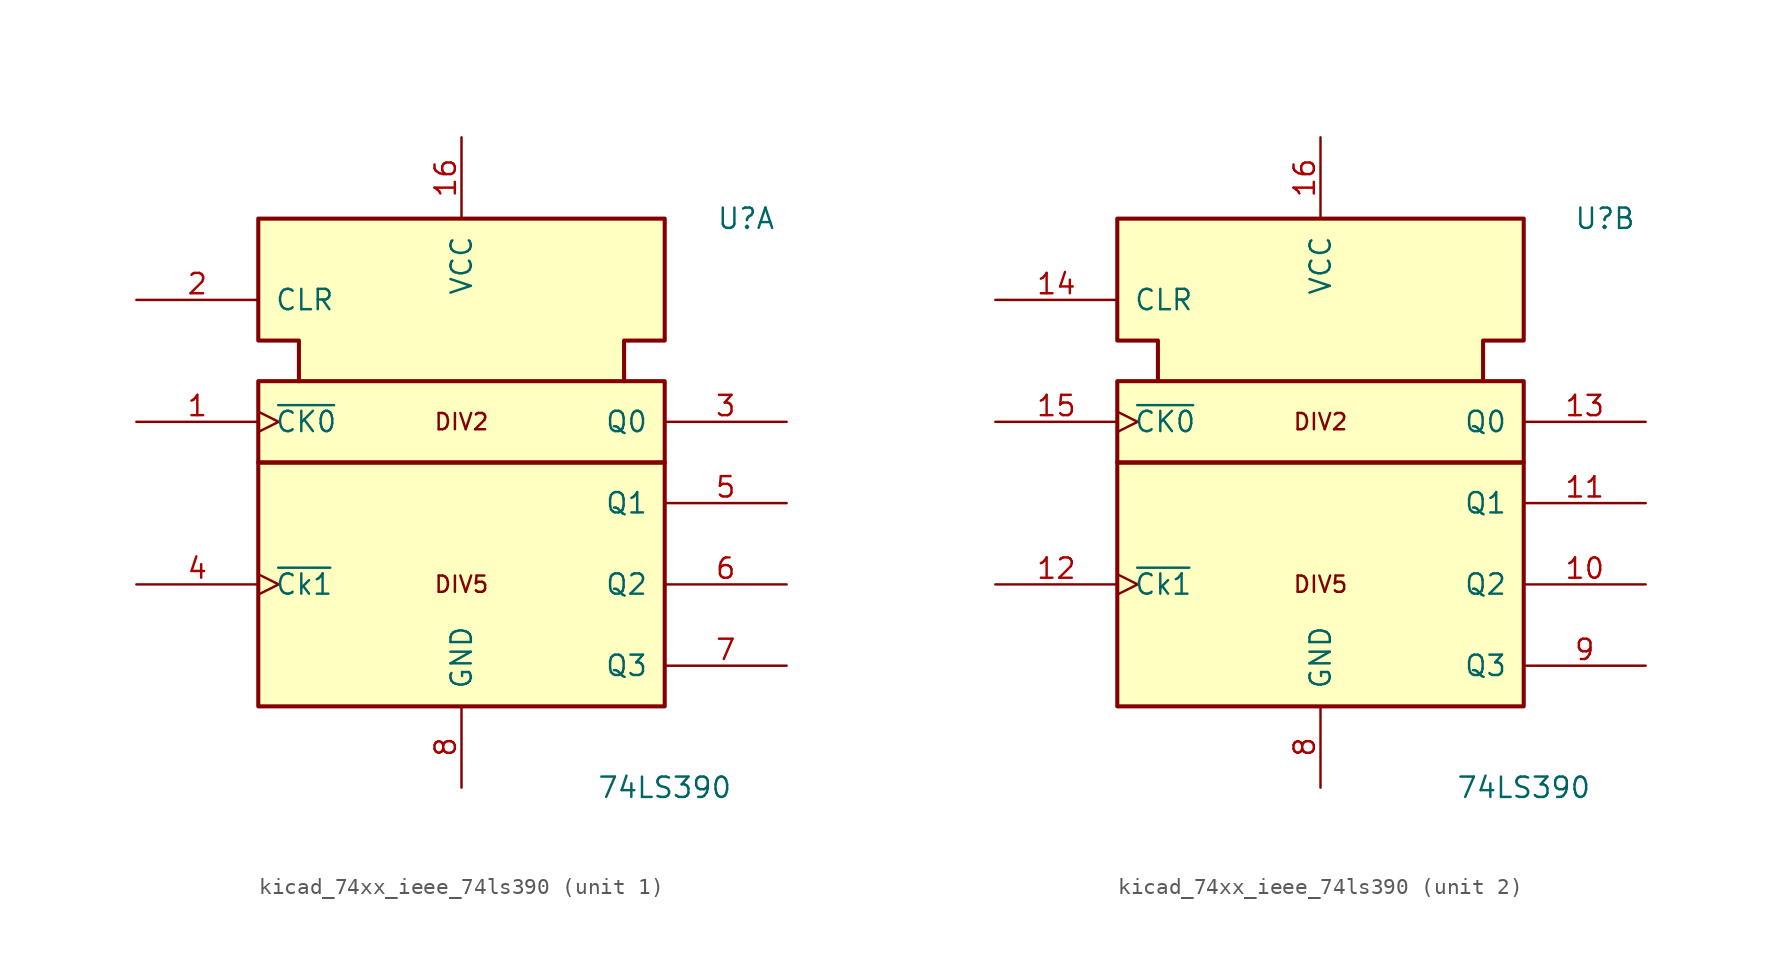
<source format=kicad_sym>
(kicad_symbol_lib
  (version 20220914)
  (generator kicad_symbol_editor)
  (symbol "kicad_74xx_ieee_74ls390"
    (pin_names
      (offset 1.016))
    (property "Reference" "U"
      (at 17.78 20.32 0)
      (effects (font (size 1.27 1.27))))
    (property "Value" "74LS390"
      (at 12.7 -15.24 0)
      (effects (font (size 1.27 1.27))))
    (symbol "kicad_74xx_ieee_74ls390_0_0"
      (rectangle (start -12.7 5.08) (end 12.7 -10.16) (stroke (width 0.254) (type default)) (fill (type background)))
      (rectangle (start -12.7 10.16) (end 12.7 5.08) (stroke (width 0.254) (type default)) (fill (type background)))
      (polyline (pts (xy -10.16 10.16) (xy -10.16 12.7) (xy -12.7 12.7) (xy -12.7 20.32) (xy 12.7 20.32) (xy 12.7 12.7) (xy 10.16 12.7) (xy 10.16 10.16) (xy 10.16 10.16)) (stroke (width 0.254) (type default)) (fill (type background)))
      (text "DIV2" (at 0 7.62 0) (effects (font (size 1.016 1.016))))
      (text "DIV5" (at 0 -2.54 0) (effects (font (size 1.016 1.016))))
      (pin power_in line (at 0 25.4 270) (length 5.08) (name "VCC" (effects (font (size 1.27 1.27)))) (number "16" (effects (font (size 1.27 1.27)))))
      (pin power_in line (at 0 -15.24 90) (length 5.08) (name "GND" (effects (font (size 1.27 1.27)))) (number "8" (effects (font (size 1.27 1.27))))))
    (symbol "kicad_74xx_ieee_74ls390_1_1"
      (pin input clock (at -20.32 7.62 0) (length 7.62) (name "~{CK0}" (effects (font (size 1.27 1.27)))) (number "1" (effects (font (size 1.27 1.27)))))
      (pin input line (at -20.32 15.24 0) (length 7.62) (name "CLR" (effects (font (size 1.27 1.27)))) (number "2" (effects (font (size 1.27 1.27)))))
      (pin output line (at 20.32 7.62 180) (length 7.62) (name "Q0" (effects (font (size 1.27 1.27)))) (number "3" (effects (font (size 1.27 1.27)))))
      (pin input clock (at -20.32 -2.54 0) (length 7.62) (name "~{Ck1}" (effects (font (size 1.27 1.27)))) (number "4" (effects (font (size 1.27 1.27)))))
      (pin output line (at 20.32 2.54 180) (length 7.62) (name "Q1" (effects (font (size 1.27 1.27)))) (number "5" (effects (font (size 1.27 1.27)))))
      (pin output line (at 20.32 -2.54 180) (length 7.62) (name "Q2" (effects (font (size 1.27 1.27)))) (number "6" (effects (font (size 1.27 1.27)))))
      (pin output line (at 20.32 -7.62 180) (length 7.62) (name "Q3" (effects (font (size 1.27 1.27)))) (number "7" (effects (font (size 1.27 1.27))))))
    (symbol "kicad_74xx_ieee_74ls390_2_1"
      (pin output line (at 20.32 -2.54 180) (length 7.62) (name "Q2" (effects (font (size 1.27 1.27)))) (number "10" (effects (font (size 1.27 1.27)))))
      (pin output line (at 20.32 2.54 180) (length 7.62) (name "Q1" (effects (font (size 1.27 1.27)))) (number "11" (effects (font (size 1.27 1.27)))))
      (pin input clock (at -20.32 -2.54 0) (length 7.62) (name "~{Ck1}" (effects (font (size 1.27 1.27)))) (number "12" (effects (font (size 1.27 1.27)))))
      (pin output line (at 20.32 7.62 180) (length 7.62) (name "Q0" (effects (font (size 1.27 1.27)))) (number "13" (effects (font (size 1.27 1.27)))))
      (pin input line (at -20.32 15.24 0) (length 7.62) (name "CLR" (effects (font (size 1.27 1.27)))) (number "14" (effects (font (size 1.27 1.27)))))
      (pin input clock (at -20.32 7.62 0) (length 7.62) (name "~{CK0}" (effects (font (size 1.27 1.27)))) (number "15" (effects (font (size 1.27 1.27)))))
      (pin output line (at 20.32 -7.62 180) (length 7.62) (name "Q3" (effects (font (size 1.27 1.27)))) (number "9" (effects (font (size 1.27 1.27))))))))
</source>
